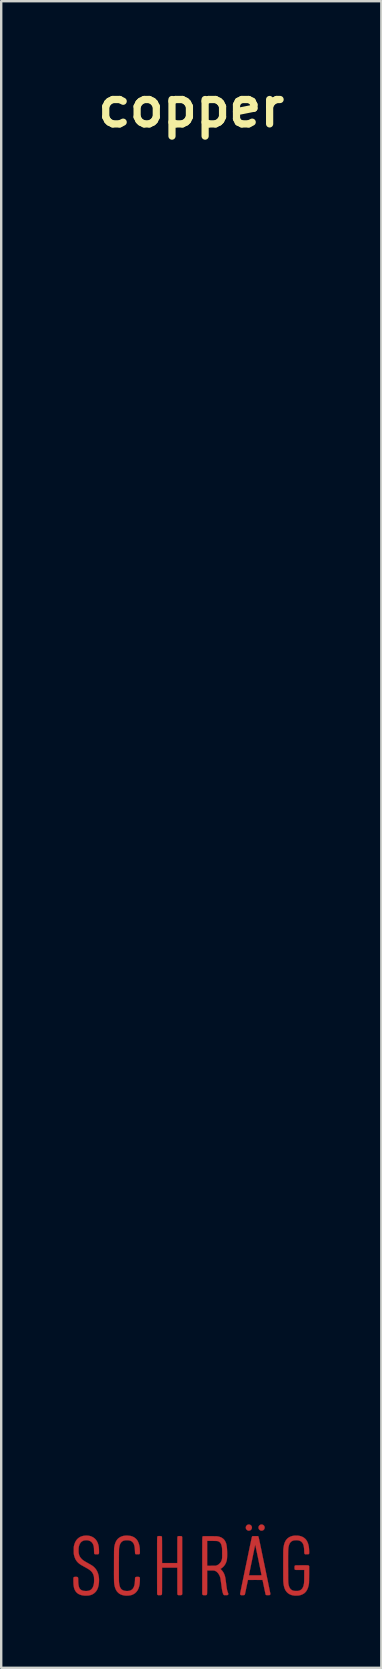
<source format=kicad_pcb>
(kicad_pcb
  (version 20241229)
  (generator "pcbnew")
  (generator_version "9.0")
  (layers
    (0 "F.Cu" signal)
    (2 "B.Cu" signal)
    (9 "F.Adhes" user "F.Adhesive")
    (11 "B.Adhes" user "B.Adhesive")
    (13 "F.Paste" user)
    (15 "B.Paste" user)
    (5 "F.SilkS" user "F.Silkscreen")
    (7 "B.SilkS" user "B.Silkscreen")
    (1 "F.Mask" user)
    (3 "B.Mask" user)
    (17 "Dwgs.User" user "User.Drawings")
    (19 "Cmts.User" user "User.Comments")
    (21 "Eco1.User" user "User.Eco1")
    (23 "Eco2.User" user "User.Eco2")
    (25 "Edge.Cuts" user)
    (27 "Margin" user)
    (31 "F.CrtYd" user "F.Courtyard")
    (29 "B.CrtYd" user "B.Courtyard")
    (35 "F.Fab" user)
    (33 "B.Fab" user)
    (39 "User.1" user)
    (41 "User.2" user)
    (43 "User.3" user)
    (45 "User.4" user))
  (footprint "copper"
    (layer "F.Cu")
    (at 4.907 1.418)
    (property "Reference" "copper" (at 0 0 0) (layer "F.SilkS") (effects (font (size 1.524 1.524) (thickness 0.3))))
    (attr through_hole)
    (fp_poly (pts (xy 2.427 58.991) (xy 2.452 58.998) (xy 2.457 59.001) (xy 2.486 59.02) (xy 2.507 59.044) (xy 2.522 59.072) (xy 2.529 59.104) (xy 2.529 59.116) (xy 2.525 59.149) (xy 2.514 59.178) (xy 2.495 59.204) (xy 2.471 59.224) (xy 2.454 59.233) (xy 2.433 59.24) (xy 2.41 59.243) (xy 2.388 59.244) (xy 2.373 59.242) (xy 2.344 59.23) (xy 2.318 59.212) (xy 2.296 59.188) (xy 2.285 59.17) (xy 2.278 59.148) (xy 2.275 59.122) (xy 2.276 59.095) (xy 2.282 59.071) (xy 2.285 59.063) (xy 2.301 59.038) (xy 2.323 59.016) (xy 2.347 59) (xy 2.349 58.999) (xy 2.372 58.991) (xy 2.4 58.989) (xy 2.427 58.991)) (stroke (width 0.01) (type solid)) (fill yes) (layer "F.Cu"))
    (fp_poly (pts (xy 2.957 58.991) (xy 2.981 58.998) (xy 2.987 59.001) (xy 3.015 59.02) (xy 3.037 59.044) (xy 3.051 59.072) (xy 3.058 59.104) (xy 3.058 59.116) (xy 3.054 59.149) (xy 3.043 59.178) (xy 3.025 59.204) (xy 3 59.224) (xy 2.983 59.233) (xy 2.962 59.24) (xy 2.939 59.243) (xy 2.917 59.244) (xy 2.902 59.242) (xy 2.873 59.23) (xy 2.847 59.212) (xy 2.825 59.188) (xy 2.814 59.17) (xy 2.807 59.148) (xy 2.804 59.122) (xy 2.805 59.095) (xy 2.811 59.071) (xy 2.814 59.063) (xy 2.83 59.038) (xy 2.852 59.016) (xy 2.877 59) (xy 2.878 58.999) (xy 2.902 58.991) (xy 2.929 58.989) (xy 2.957 58.991)) (stroke (width 0.01) (type solid)) (fill yes) (layer "F.Cu"))
    (fp_poly (pts (xy -1.289 59.47) (xy -1.271 59.471) (xy -1.258 59.472) (xy -1.249 59.473) (xy -1.242 59.476) (xy -1.237 59.478) (xy -1.227 59.486) (xy -1.219 59.495) (xy -1.218 59.496) (xy -1.218 59.499) (xy -1.217 59.505) (xy -1.216 59.514) (xy -1.216 59.526) (xy -1.215 59.543) (xy -1.214 59.564) (xy -1.214 59.59) (xy -1.214 59.621) (xy -1.213 59.658) (xy -1.213 59.701) (xy -1.213 59.75) (xy -1.212 59.806) (xy -1.212 59.869) (xy -1.212 59.939) (xy -1.212 60.018) (xy -1.212 60.049) (xy -1.211 60.592) (xy -0.576 60.592) (xy -0.576 60.049) (xy -0.576 59.97) (xy -0.576 59.899) (xy -0.576 59.836) (xy -0.576 59.779) (xy -0.575 59.73) (xy -0.575 59.686) (xy -0.575 59.649) (xy -0.575 59.616) (xy -0.575 59.589) (xy -0.574 59.567) (xy -0.574 59.548) (xy -0.573 59.533) (xy -0.573 59.521) (xy -0.572 59.512) (xy -0.571 59.506) (xy -0.571 59.501) (xy -0.57 59.497) (xy -0.569 59.495) (xy -0.569 59.495) (xy -0.562 59.486) (xy -0.554 59.479) (xy -0.543 59.475) (xy -0.528 59.472) (xy -0.508 59.471) (xy -0.482 59.47) (xy -0.468 59.471) (xy -0.402 59.472) (xy -0.388 59.486) (xy -0.375 59.5) (xy -0.374 60.695) (xy -0.372 61.89) (xy -0.382 61.904) (xy -0.39 61.914) (xy -0.4 61.921) (xy -0.412 61.925) (xy -0.43 61.928) (xy -0.453 61.929) (xy -0.483 61.929) (xy -0.507 61.928) (xy -0.524 61.927) (xy -0.536 61.926) (xy -0.544 61.923) (xy -0.55 61.92) (xy -0.553 61.918) (xy -0.563 61.909) (xy -0.57 61.899) (xy -0.57 61.899) (xy -0.571 61.896) (xy -0.572 61.889) (xy -0.573 61.878) (xy -0.573 61.863) (xy -0.574 61.843) (xy -0.574 61.819) (xy -0.574 61.788) (xy -0.575 61.752) (xy -0.575 61.71) (xy -0.575 61.662) (xy -0.575 61.607) (xy -0.576 61.544) (xy -0.576 61.474) (xy -0.576 61.397) (xy -0.576 61.338) (xy -0.576 60.786) (xy -1.211 60.786) (xy -1.212 61.339) (xy -1.212 61.418) (xy -1.212 61.49) (xy -1.212 61.554) (xy -1.212 61.61) (xy -1.213 61.661) (xy -1.213 61.704) (xy -1.213 61.742) (xy -1.213 61.775) (xy -1.214 61.802) (xy -1.214 61.826) (xy -1.214 61.845) (xy -1.215 61.86) (xy -1.215 61.872) (xy -1.216 61.881) (xy -1.217 61.888) (xy -1.218 61.893) (xy -1.218 61.897) (xy -1.22 61.899) (xy -1.221 61.901) (xy -1.222 61.903) (xy -1.23 61.913) (xy -1.241 61.92) (xy -1.253 61.925) (xy -1.271 61.928) (xy -1.294 61.929) (xy -1.314 61.929) (xy -1.336 61.928) (xy -1.355 61.928) (xy -1.37 61.927) (xy -1.379 61.927) (xy -1.379 61.926) (xy -1.391 61.921) (xy -1.403 61.91) (xy -1.412 61.896) (xy -1.415 61.887) (xy -1.416 61.882) (xy -1.416 61.868) (xy -1.416 61.847) (xy -1.416 61.818) (xy -1.417 61.782) (xy -1.417 61.74) (xy -1.417 61.691) (xy -1.417 61.636) (xy -1.417 61.575) (xy -1.417 61.509) (xy -1.418 61.438) (xy -1.418 61.363) (xy -1.418 61.283) (xy -1.418 61.199) (xy -1.418 61.111) (xy -1.418 61.02) (xy -1.418 60.926) (xy -1.418 60.83) (xy -1.418 60.731) (xy -1.418 60.695) (xy -1.418 60.575) (xy -1.418 60.464) (xy -1.418 60.36) (xy -1.418 60.264) (xy -1.418 60.176) (xy -1.418 60.094) (xy -1.418 60.019) (xy -1.418 59.951) (xy -1.418 59.888) (xy -1.418 59.832) (xy -1.418 59.781) (xy -1.417 59.735) (xy -1.417 59.695) (xy -1.417 59.659) (xy -1.416 59.627) (xy -1.416 59.599) (xy -1.415 59.576) (xy -1.414 59.555) (xy -1.413 59.538) (xy -1.412 59.524) (xy -1.411 59.513) (xy -1.41 59.504) (xy -1.409 59.497) (xy -1.407 59.491) (xy -1.406 59.488) (xy -1.404 59.485) (xy -1.402 59.483) (xy -1.4 59.482) (xy -1.398 59.481) (xy -1.396 59.48) (xy -1.393 59.479) (xy -1.392 59.478) (xy -1.386 59.475) (xy -1.378 59.473) (xy -1.368 59.471) (xy -1.355 59.47) (xy -1.335 59.47) (xy -1.314 59.47) (xy -1.289 59.47)) (stroke (width 0.01) (type solid)) (fill yes) (layer "F.Cu"))
    (fp_poly (pts (xy -2.644 59.45) (xy -2.58 59.455) (xy -2.522 59.464) (xy -2.469 59.479) (xy -2.419 59.499) (xy -2.372 59.525) (xy -2.351 59.539) (xy -2.326 59.558) (xy -2.3 59.581) (xy -2.275 59.608) (xy -2.253 59.634) (xy -2.242 59.649) (xy -2.22 59.688) (xy -2.199 59.733) (xy -2.18 59.782) (xy -2.165 59.834) (xy -2.155 59.876) (xy -2.15 59.905) (xy -2.146 59.932) (xy -2.142 59.959) (xy -2.14 59.987) (xy -2.138 60.019) (xy -2.136 60.056) (xy -2.135 60.09) (xy -2.134 60.128) (xy -2.134 60.158) (xy -2.135 60.181) (xy -2.139 60.199) (xy -2.145 60.211) (xy -2.154 60.219) (xy -2.168 60.224) (xy -2.186 60.227) (xy -2.209 60.228) (xy -2.235 60.228) (xy -2.264 60.227) (xy -2.287 60.226) (xy -2.303 60.224) (xy -2.314 60.22) (xy -2.322 60.214) (xy -2.328 60.206) (xy -2.33 60.203) (xy -2.332 60.194) (xy -2.334 60.179) (xy -2.336 60.155) (xy -2.338 60.124) (xy -2.338 60.11) (xy -2.342 60.04) (xy -2.347 59.978) (xy -2.354 59.922) (xy -2.364 59.874) (xy -2.376 59.831) (xy -2.391 59.794) (xy -2.408 59.762) (xy -2.429 59.734) (xy -2.453 59.71) (xy -2.48 59.689) (xy -2.484 59.686) (xy -2.514 59.67) (xy -2.546 59.658) (xy -2.582 59.65) (xy -2.622 59.645) (xy -2.67 59.643) (xy -2.675 59.643) (xy -2.725 59.645) (xy -2.768 59.65) (xy -2.806 59.66) (xy -2.839 59.673) (xy -2.868 59.691) (xy -2.869 59.692) (xy -2.899 59.717) (xy -2.924 59.746) (xy -2.946 59.781) (xy -2.964 59.82) (xy -2.979 59.866) (xy -2.991 59.919) (xy -3 59.979) (xy -3.002 59.993) (xy -3.003 60.003) (xy -3.003 60.021) (xy -3.004 60.047) (xy -3.005 60.079) (xy -3.005 60.117) (xy -3.006 60.161) (xy -3.006 60.21) (xy -3.007 60.263) (xy -3.007 60.32) (xy -3.008 60.381) (xy -3.008 60.444) (xy -3.008 60.509) (xy -3.009 60.575) (xy -3.009 60.643) (xy -3.009 60.71) (xy -3.009 60.778) (xy -3.009 60.844) (xy -3.009 60.909) (xy -3.009 60.973) (xy -3.009 61.033) (xy -3.009 61.09) (xy -3.009 61.144) (xy -3.009 61.193) (xy -3.008 61.237) (xy -3.008 61.276) (xy -3.007 61.309) (xy -3.007 61.335) (xy -3.006 61.353) (xy -3.006 61.361) (xy -3 61.428) (xy -2.991 61.486) (xy -2.98 61.538) (xy -2.965 61.583) (xy -2.947 61.622) (xy -2.925 61.656) (xy -2.9 61.684) (xy -2.87 61.707) (xy -2.841 61.724) (xy -2.808 61.737) (xy -2.769 61.747) (xy -2.725 61.753) (xy -2.68 61.756) (xy -2.635 61.755) (xy -2.592 61.75) (xy -2.552 61.741) (xy -2.527 61.733) (xy -2.499 61.719) (xy -2.472 61.701) (xy -2.447 61.68) (xy -2.429 61.661) (xy -2.415 61.641) (xy -2.401 61.615) (xy -2.387 61.586) (xy -2.375 61.557) (xy -2.367 61.532) (xy -2.36 61.503) (xy -2.354 61.467) (xy -2.348 61.427) (xy -2.344 61.384) (xy -2.34 61.339) (xy -2.338 61.294) (xy -2.337 61.251) (xy -2.337 61.248) (xy -2.336 61.222) (xy -2.333 61.203) (xy -2.326 61.188) (xy -2.315 61.179) (xy -2.299 61.172) (xy -2.276 61.169) (xy -2.247 61.168) (xy -2.235 61.167) (xy -2.204 61.168) (xy -2.18 61.17) (xy -2.162 61.175) (xy -2.149 61.182) (xy -2.141 61.193) (xy -2.137 61.209) (xy -2.135 61.23) (xy -2.134 61.24) (xy -2.134 61.268) (xy -2.135 61.303) (xy -2.136 61.341) (xy -2.139 61.381) (xy -2.142 61.42) (xy -2.146 61.456) (xy -2.149 61.486) (xy -2.15 61.491) (xy -2.166 61.565) (xy -2.186 61.632) (xy -2.213 61.693) (xy -2.244 61.747) (xy -2.282 61.795) (xy -2.324 61.837) (xy -2.372 61.872) (xy -2.426 61.901) (xy -2.433 61.904) (xy -2.464 61.917) (xy -2.492 61.926) (xy -2.521 61.933) (xy -2.554 61.94) (xy -2.555 61.94) (xy -2.574 61.942) (xy -2.598 61.945) (xy -2.626 61.947) (xy -2.656 61.948) (xy -2.684 61.949) (xy -2.709 61.949) (xy -2.728 61.948) (xy -2.733 61.948) (xy -2.795 61.94) (xy -2.85 61.928) (xy -2.9 61.912) (xy -2.945 61.893) (xy -2.988 61.868) (xy -2.993 61.865) (xy -3.01 61.851) (xy -3.03 61.834) (xy -3.052 61.813) (xy -3.072 61.792) (xy -3.089 61.773) (xy -3.097 61.762) (xy -3.122 61.721) (xy -3.146 61.672) (xy -3.166 61.618) (xy -3.183 61.56) (xy -3.195 61.499) (xy -3.198 61.483) (xy -3.2 61.468) (xy -3.202 61.454) (xy -3.204 61.44) (xy -3.205 61.425) (xy -3.206 61.409) (xy -3.208 61.391) (xy -3.209 61.37) (xy -3.209 61.348) (xy -3.21 61.322) (xy -3.211 61.293) (xy -3.211 61.26) (xy -3.212 61.223) (xy -3.212 61.181) (xy -3.212 61.134) (xy -3.213 61.082) (xy -3.213 61.023) (xy -3.213 60.958) (xy -3.212 60.886) (xy -3.212 60.807) (xy -3.212 60.72) (xy -3.212 60.659) (xy -3.212 60.571) (xy -3.212 60.491) (xy -3.211 60.418) (xy -3.211 60.353) (xy -3.211 60.295) (xy -3.211 60.242) (xy -3.21 60.196) (xy -3.21 60.155) (xy -3.21 60.12) (xy -3.209 60.089) (xy -3.209 60.062) (xy -3.208 60.039) (xy -3.208 60.02) (xy -3.207 60.004) (xy -3.207 59.99) (xy -3.206 59.979) (xy -3.205 59.969) (xy -3.204 59.96) (xy -3.203 59.954) (xy -3.193 59.889) (xy -3.18 59.831) (xy -3.165 59.779) (xy -3.146 59.73) (xy -3.133 59.701) (xy -3.104 59.649) (xy -3.07 59.604) (xy -3.03 59.564) (xy -2.984 59.53) (xy -2.932 59.501) (xy -2.928 59.499) (xy -2.88 59.479) (xy -2.83 59.465) (xy -2.777 59.455) (xy -2.718 59.45) (xy -2.654 59.45) (xy -2.644 59.45)) (stroke (width 0.01) (type solid)) (fill yes) (layer "F.Cu"))
    (fp_poly (pts (xy 2.794 59.485) (xy 2.795 59.486) (xy 2.797 59.488) (xy 2.798 59.49) (xy 2.799 59.493) (xy 2.801 59.497) (xy 2.803 59.502) (xy 2.805 59.509) (xy 2.807 59.518) (xy 2.81 59.529) (xy 2.814 59.543) (xy 2.817 59.56) (xy 2.822 59.579) (xy 2.827 59.602) (xy 2.833 59.629) (xy 2.839 59.66) (xy 2.847 59.695) (xy 2.855 59.734) (xy 2.865 59.778) (xy 2.875 59.828) (xy 2.886 59.882) (xy 2.899 59.943) (xy 2.913 60.009) (xy 2.928 60.082) (xy 2.944 60.161) (xy 2.962 60.247) (xy 2.981 60.34) (xy 3.002 60.44) (xy 3.025 60.548) (xy 3.049 60.664) (xy 3.052 60.682) (xy 3.073 60.781) (xy 3.093 60.877) (xy 3.112 60.971) (xy 3.131 61.063) (xy 3.149 61.151) (xy 3.167 61.236) (xy 3.184 61.317) (xy 3.199 61.394) (xy 3.214 61.467) (xy 3.228 61.535) (xy 3.241 61.598) (xy 3.253 61.656) (xy 3.263 61.707) (xy 3.273 61.753) (xy 3.281 61.792) (xy 3.287 61.825) (xy 3.292 61.85) (xy 3.296 61.868) (xy 3.297 61.878) (xy 3.298 61.88) (xy 3.294 61.897) (xy 3.283 61.911) (xy 3.268 61.922) (xy 3.26 61.926) (xy 3.249 61.927) (xy 3.23 61.929) (xy 3.206 61.929) (xy 3.185 61.929) (xy 3.158 61.928) (xy 3.137 61.926) (xy 3.123 61.923) (xy 3.112 61.918) (xy 3.105 61.912) (xy 3.1 61.902) (xy 3.099 61.901) (xy 3.098 61.896) (xy 3.095 61.883) (xy 3.09 61.863) (xy 3.085 61.838) (xy 3.078 61.808) (xy 3.071 61.773) (xy 3.063 61.735) (xy 3.054 61.695) (xy 3.045 61.652) (xy 3.036 61.609) (xy 3.027 61.565) (xy 3.018 61.522) (xy 3.009 61.481) (xy 3.001 61.441) (xy 2.993 61.405) (xy 2.987 61.372) (xy 2.981 61.345) (xy 2.977 61.322) (xy 2.974 61.306) (xy 2.972 61.298) (xy 2.972 61.296) (xy 2.968 61.296) (xy 2.956 61.296) (xy 2.937 61.295) (xy 2.911 61.295) (xy 2.88 61.295) (xy 2.843 61.295) (xy 2.803 61.295) (xy 2.758 61.295) (xy 2.71 61.294) (xy 2.667 61.294) (xy 2.617 61.294) (xy 2.57 61.295) (xy 2.525 61.295) (xy 2.485 61.295) (xy 2.449 61.295) (xy 2.419 61.295) (xy 2.394 61.295) (xy 2.376 61.295) (xy 2.365 61.296) (xy 2.362 61.296) (xy 2.361 61.301) (xy 2.359 61.314) (xy 2.355 61.334) (xy 2.35 61.359) (xy 2.344 61.389) (xy 2.336 61.424) (xy 2.329 61.462) (xy 2.32 61.503) (xy 2.311 61.545) (xy 2.302 61.589) (xy 2.293 61.632) (xy 2.284 61.675) (xy 2.275 61.717) (xy 2.267 61.756) (xy 2.259 61.792) (xy 2.252 61.825) (xy 2.246 61.853) (xy 2.241 61.875) (xy 2.237 61.891) (xy 2.235 61.899) (xy 2.235 61.901) (xy 2.23 61.91) (xy 2.223 61.917) (xy 2.214 61.922) (xy 2.201 61.925) (xy 2.183 61.927) (xy 2.158 61.928) (xy 2.144 61.928) (xy 2.116 61.929) (xy 2.095 61.928) (xy 2.08 61.927) (xy 2.071 61.925) (xy 2.068 61.924) (xy 2.051 61.912) (xy 2.04 61.897) (xy 2.036 61.879) (xy 2.037 61.874) (xy 2.04 61.86) (xy 2.044 61.839) (xy 2.049 61.811) (xy 2.056 61.776) (xy 2.065 61.734) (xy 2.075 61.686) (xy 2.086 61.632) (xy 2.098 61.572) (xy 2.111 61.507) (xy 2.125 61.438) (xy 2.141 61.363) (xy 2.157 61.284) (xy 2.174 61.202) (xy 2.192 61.115) (xy 2.196 61.097) (xy 2.405 61.097) (xy 2.405 61.099) (xy 2.407 61.1) (xy 2.412 61.101) (xy 2.419 61.102) (xy 2.43 61.102) (xy 2.444 61.103) (xy 2.464 61.103) (xy 2.488 61.103) (xy 2.519 61.104) (xy 2.556 61.104) (xy 2.6 61.104) (xy 2.652 61.104) (xy 2.667 61.104) (xy 2.723 61.104) (xy 2.771 61.104) (xy 2.811 61.104) (xy 2.844 61.103) (xy 2.872 61.103) (xy 2.893 61.102) (xy 2.909 61.102) (xy 2.92 61.101) (xy 2.926 61.1) (xy 2.929 61.099) (xy 2.93 61.099) (xy 2.929 61.093) (xy 2.926 61.08) (xy 2.923 61.059) (xy 2.917 61.033) (xy 2.911 61) (xy 2.903 60.962) (xy 2.894 60.918) (xy 2.885 60.871) (xy 2.874 60.82) (xy 2.863 60.765) (xy 2.851 60.708) (xy 2.839 60.649) (xy 2.826 60.588) (xy 2.814 60.526) (xy 2.801 60.463) (xy 2.788 60.4) (xy 2.775 60.338) (xy 2.762 60.277) (xy 2.75 60.218) (xy 2.738 60.161) (xy 2.726 60.106) (xy 2.715 60.055) (xy 2.705 60.008) (xy 2.696 59.965) (xy 2.688 59.927) (xy 2.681 59.894) (xy 2.675 59.867) (xy 2.671 59.847) (xy 2.668 59.834) (xy 2.666 59.829) (xy 2.666 59.829) (xy 2.665 59.834) (xy 2.662 59.846) (xy 2.658 59.866) (xy 2.652 59.893) (xy 2.645 59.925) (xy 2.637 59.963) (xy 2.628 60.007) (xy 2.618 60.054) (xy 2.608 60.105) (xy 2.596 60.16) (xy 2.584 60.218) (xy 2.572 60.277) (xy 2.559 60.339) (xy 2.547 60.401) (xy 2.534 60.464) (xy 2.521 60.527) (xy 2.508 60.589) (xy 2.495 60.65) (xy 2.483 60.71) (xy 2.471 60.767) (xy 2.46 60.822) (xy 2.45 60.873) (xy 2.44 60.921) (xy 2.431 60.964) (xy 2.423 61.002) (xy 2.417 61.034) (xy 2.412 61.06) (xy 2.408 61.08) (xy 2.405 61.092) (xy 2.405 61.097) (xy 2.196 61.097) (xy 2.21 61.026) (xy 2.229 60.933) (xy 2.249 60.838) (xy 2.269 60.74) (xy 2.282 60.681) (xy 2.306 60.564) (xy 2.329 60.455) (xy 2.35 60.353) (xy 2.369 60.259) (xy 2.387 60.172) (xy 2.404 60.092) (xy 2.419 60.019) (xy 2.433 59.951) (xy 2.446 59.89) (xy 2.457 59.835) (xy 2.468 59.785) (xy 2.477 59.74) (xy 2.486 59.7) (xy 2.493 59.664) (xy 2.5 59.633) (xy 2.506 59.606) (xy 2.511 59.582) (xy 2.516 59.562) (xy 2.52 59.545) (xy 2.523 59.531) (xy 2.526 59.52) (xy 2.529 59.51) (xy 2.531 59.503) (xy 2.533 59.498) (xy 2.534 59.493) (xy 2.536 59.49) (xy 2.537 59.488) (xy 2.538 59.487) (xy 2.54 59.485) (xy 2.54 59.485) (xy 2.553 59.472) (xy 2.781 59.472) (xy 2.794 59.485)) (stroke (width 0.01) (type solid)) (fill yes) (layer "F.Cu"))
    (fp_poly (pts (xy 0.64 59.474) (xy 0.682 59.475) (xy 0.73 59.475) (xy 0.787 59.475) (xy 0.787 59.475) (xy 0.846 59.475) (xy 0.897 59.476) (xy 0.941 59.476) (xy 0.978 59.477) (xy 1.01 59.477) (xy 1.038 59.478) (xy 1.061 59.479) (xy 1.081 59.481) (xy 1.098 59.482) (xy 1.113 59.485) (xy 1.128 59.487) (xy 1.141 59.49) (xy 1.156 59.494) (xy 1.171 59.498) (xy 1.184 59.502) (xy 1.239 59.522) (xy 1.289 59.549) (xy 1.334 59.582) (xy 1.373 59.621) (xy 1.406 59.667) (xy 1.433 59.719) (xy 1.44 59.734) (xy 1.456 59.78) (xy 1.469 59.832) (xy 1.479 59.889) (xy 1.487 59.953) (xy 1.493 60.023) (xy 1.494 60.054) (xy 1.497 60.123) (xy 1.498 60.188) (xy 1.498 60.249) (xy 1.497 60.306) (xy 1.495 60.357) (xy 1.492 60.402) (xy 1.488 60.44) (xy 1.484 60.468) (xy 1.466 60.535) (xy 1.441 60.598) (xy 1.409 60.657) (xy 1.371 60.71) (xy 1.337 60.747) (xy 1.322 60.762) (xy 1.303 60.778) (xy 1.283 60.794) (xy 1.264 60.808) (xy 1.246 60.821) (xy 1.231 60.83) (xy 1.223 60.834) (xy 1.224 60.837) (xy 1.23 60.846) (xy 1.241 60.859) (xy 1.258 60.876) (xy 1.302 60.925) (xy 1.339 60.978) (xy 1.37 61.037) (xy 1.395 61.1) (xy 1.413 61.167) (xy 1.416 61.18) (xy 1.419 61.192) (xy 1.421 61.205) (xy 1.424 61.218) (xy 1.426 61.234) (xy 1.429 61.252) (xy 1.432 61.273) (xy 1.436 61.299) (xy 1.44 61.33) (xy 1.445 61.367) (xy 1.45 61.411) (xy 1.456 61.456) (xy 1.463 61.512) (xy 1.47 61.56) (xy 1.476 61.602) (xy 1.481 61.637) (xy 1.486 61.668) (xy 1.491 61.695) (xy 1.496 61.719) (xy 1.501 61.74) (xy 1.507 61.76) (xy 1.513 61.78) (xy 1.521 61.8) (xy 1.529 61.822) (xy 1.533 61.832) (xy 1.541 61.855) (xy 1.546 61.873) (xy 1.546 61.887) (xy 1.543 61.899) (xy 1.535 61.909) (xy 1.532 61.912) (xy 1.525 61.919) (xy 1.516 61.923) (xy 1.506 61.926) (xy 1.491 61.928) (xy 1.471 61.929) (xy 1.444 61.929) (xy 1.441 61.929) (xy 1.411 61.929) (xy 1.388 61.928) (xy 1.37 61.924) (xy 1.356 61.918) (xy 1.346 61.907) (xy 1.337 61.891) (xy 1.329 61.869) (xy 1.32 61.843) (xy 1.313 61.823) (xy 1.307 61.803) (xy 1.302 61.782) (xy 1.297 61.76) (xy 1.292 61.736) (xy 1.287 61.709) (xy 1.282 61.678) (xy 1.276 61.642) (xy 1.27 61.601) (xy 1.264 61.554) (xy 1.257 61.499) (xy 1.251 61.457) (xy 1.245 61.412) (xy 1.239 61.368) (xy 1.233 61.328) (xy 1.228 61.292) (xy 1.223 61.26) (xy 1.219 61.234) (xy 1.216 61.215) (xy 1.213 61.205) (xy 1.197 61.153) (xy 1.175 61.103) (xy 1.149 61.057) (xy 1.119 61.015) (xy 1.087 60.978) (xy 1.051 60.949) (xy 1.014 60.926) (xy 1.014 60.926) (xy 1 60.919) (xy 0.987 60.914) (xy 0.974 60.91) (xy 0.96 60.907) (xy 0.944 60.904) (xy 0.924 60.903) (xy 0.9 60.902) (xy 0.87 60.901) (xy 0.834 60.901) (xy 0.801 60.901) (xy 0.665 60.901) (xy 0.665 61.392) (xy 0.665 61.468) (xy 0.665 61.537) (xy 0.665 61.598) (xy 0.665 61.652) (xy 0.664 61.699) (xy 0.664 61.74) (xy 0.664 61.775) (xy 0.663 61.805) (xy 0.663 61.83) (xy 0.662 61.851) (xy 0.661 61.868) (xy 0.66 61.882) (xy 0.658 61.892) (xy 0.657 61.9) (xy 0.655 61.906) (xy 0.653 61.91) (xy 0.65 61.913) (xy 0.647 61.915) (xy 0.644 61.918) (xy 0.641 61.92) (xy 0.635 61.923) (xy 0.626 61.925) (xy 0.614 61.927) (xy 0.597 61.928) (xy 0.573 61.928) (xy 0.57 61.928) (xy 0.538 61.928) (xy 0.515 61.927) (xy 0.499 61.925) (xy 0.495 61.924) (xy 0.483 61.917) (xy 0.472 61.906) (xy 0.471 61.904) (xy 0.461 61.89) (xy 0.461 60.707) (xy 0.665 60.707) (xy 0.843 60.705) (xy 1.022 60.704) (xy 1.056 60.692) (xy 1.091 60.678) (xy 1.122 60.662) (xy 1.152 60.64) (xy 1.182 60.612) (xy 1.183 60.611) (xy 1.213 60.578) (xy 1.237 60.545) (xy 1.255 60.509) (xy 1.27 60.471) (xy 1.275 60.455) (xy 1.279 60.44) (xy 1.282 60.425) (xy 1.285 60.409) (xy 1.287 60.392) (xy 1.289 60.372) (xy 1.29 60.348) (xy 1.29 60.32) (xy 1.291 60.287) (xy 1.291 60.248) (xy 1.29 60.202) (xy 1.29 60.17) (xy 1.29 60.124) (xy 1.289 60.085) (xy 1.289 60.052) (xy 1.288 60.026) (xy 1.287 60.004) (xy 1.287 59.986) (xy 1.285 59.97) (xy 1.284 59.957) (xy 1.282 59.945) (xy 1.28 59.933) (xy 1.279 59.925) (xy 1.267 59.872) (xy 1.254 59.827) (xy 1.238 59.789) (xy 1.218 59.757) (xy 1.196 59.731) (xy 1.17 59.71) (xy 1.145 59.696) (xy 1.134 59.691) (xy 1.123 59.687) (xy 1.113 59.683) (xy 1.102 59.68) (xy 1.089 59.677) (xy 1.074 59.675) (xy 1.056 59.674) (xy 1.034 59.673) (xy 1.007 59.672) (xy 0.975 59.671) (xy 0.936 59.671) (xy 0.89 59.67) (xy 0.869 59.67) (xy 0.665 59.668) (xy 0.665 60.707) (xy 0.461 60.707) (xy 0.461 60.703) (xy 0.461 60.583) (xy 0.461 60.471) (xy 0.461 60.367) (xy 0.461 60.271) (xy 0.461 60.182) (xy 0.461 60.1) (xy 0.461 60.024) (xy 0.462 59.955) (xy 0.462 59.893) (xy 0.462 59.836) (xy 0.462 59.785) (xy 0.462 59.739) (xy 0.463 59.698) (xy 0.463 59.661) (xy 0.463 59.629) (xy 0.464 59.601) (xy 0.465 59.578) (xy 0.465 59.557) (xy 0.466 59.54) (xy 0.467 59.526) (xy 0.468 59.514) (xy 0.469 59.505) (xy 0.471 59.498) (xy 0.472 59.493) (xy 0.474 59.489) (xy 0.475 59.486) (xy 0.477 59.485) (xy 0.479 59.484) (xy 0.481 59.483) (xy 0.484 59.482) (xy 0.486 59.482) (xy 0.488 59.481) (xy 0.491 59.479) (xy 0.495 59.478) (xy 0.501 59.477) (xy 0.509 59.476) (xy 0.52 59.476) (xy 0.535 59.475) (xy 0.554 59.475) (xy 0.577 59.474) (xy 0.606 59.474) (xy 0.64 59.474)) (stroke (width 0.01) (type solid)) (fill yes) (layer "F.Cu"))
    (fp_poly (pts (xy 4.395 59.449) (xy 4.432 59.451) (xy 4.458 59.453) (xy 4.525 59.465) (xy 4.587 59.483) (xy 4.644 59.508) (xy 4.695 59.539) (xy 4.741 59.576) (xy 4.781 59.619) (xy 4.815 59.669) (xy 4.843 59.724) (xy 4.846 59.731) (xy 4.866 59.784) (xy 4.882 59.84) (xy 4.895 59.898) (xy 4.903 59.96) (xy 4.908 60.028) (xy 4.911 60.102) (xy 4.911 60.117) (xy 4.911 60.199) (xy 4.896 60.213) (xy 4.882 60.228) (xy 4.812 60.228) (xy 4.786 60.228) (xy 4.767 60.227) (xy 4.754 60.227) (xy 4.745 60.225) (xy 4.738 60.223) (xy 4.733 60.22) (xy 4.731 60.218) (xy 4.722 60.21) (xy 4.715 60.199) (xy 4.711 60.185) (xy 4.709 60.167) (xy 4.708 60.142) (xy 4.707 60.129) (xy 4.706 60.076) (xy 4.703 60.023) (xy 4.699 59.973) (xy 4.692 59.926) (xy 4.685 59.884) (xy 4.676 59.848) (xy 4.673 59.84) (xy 4.66 59.805) (xy 4.646 59.776) (xy 4.63 59.751) (xy 4.609 59.728) (xy 4.604 59.722) (xy 4.576 59.697) (xy 4.547 59.678) (xy 4.516 59.663) (xy 4.48 59.653) (xy 4.44 59.646) (xy 4.393 59.643) (xy 4.369 59.643) (xy 4.327 59.644) (xy 4.291 59.648) (xy 4.259 59.654) (xy 4.229 59.664) (xy 4.208 59.674) (xy 4.172 59.695) (xy 4.141 59.723) (xy 4.114 59.757) (xy 4.092 59.797) (xy 4.073 59.845) (xy 4.064 59.877) (xy 4.06 59.893) (xy 4.057 59.908) (xy 4.054 59.924) (xy 4.051 59.941) (xy 4.048 59.959) (xy 4.046 59.979) (xy 4.044 60.001) (xy 4.042 60.025) (xy 4.04 60.053) (xy 4.039 60.083) (xy 4.038 60.117) (xy 4.037 60.156) (xy 4.036 60.199) (xy 4.036 60.247) (xy 4.035 60.3) (xy 4.035 60.359) (xy 4.035 60.425) (xy 4.035 60.497) (xy 4.035 60.577) (xy 4.035 60.664) (xy 4.035 60.758) (xy 4.036 60.78) (xy 4.036 60.866) (xy 4.036 60.944) (xy 4.036 61.015) (xy 4.037 61.079) (xy 4.037 61.135) (xy 4.037 61.186) (xy 4.038 61.231) (xy 4.038 61.271) (xy 4.039 61.306) (xy 4.04 61.336) (xy 4.041 61.363) (xy 4.042 61.386) (xy 4.043 61.406) (xy 4.044 61.424) (xy 4.046 61.44) (xy 4.048 61.454) (xy 4.05 61.467) (xy 4.052 61.479) (xy 4.055 61.491) (xy 4.057 61.503) (xy 4.061 61.516) (xy 4.062 61.522) (xy 4.075 61.567) (xy 4.091 61.606) (xy 4.109 61.638) (xy 4.131 61.667) (xy 4.149 61.685) (xy 4.175 61.707) (xy 4.204 61.724) (xy 4.235 61.737) (xy 4.271 61.746) (xy 4.312 61.752) (xy 4.359 61.754) (xy 4.371 61.754) (xy 4.403 61.753) (xy 4.428 61.753) (xy 4.449 61.751) (xy 4.466 61.748) (xy 4.476 61.746) (xy 4.519 61.732) (xy 4.558 61.713) (xy 4.591 61.687) (xy 4.621 61.654) (xy 4.645 61.615) (xy 4.666 61.569) (xy 4.682 61.516) (xy 4.694 61.456) (xy 4.697 61.436) (xy 4.699 61.424) (xy 4.7 61.409) (xy 4.701 61.392) (xy 4.702 61.372) (xy 4.703 61.348) (xy 4.704 61.319) (xy 4.705 61.285) (xy 4.705 61.245) (xy 4.706 61.198) (xy 4.706 61.143) (xy 4.706 61.133) (xy 4.708 60.88) (xy 4.525 60.88) (xy 4.479 60.879) (xy 4.441 60.879) (xy 4.41 60.879) (xy 4.385 60.879) (xy 4.365 60.878) (xy 4.35 60.877) (xy 4.338 60.875) (xy 4.33 60.873) (xy 4.324 60.87) (xy 4.319 60.866) (xy 4.315 60.862) (xy 4.312 60.857) (xy 4.309 60.852) (xy 4.306 60.845) (xy 4.305 60.836) (xy 4.304 60.824) (xy 4.303 60.805) (xy 4.303 60.785) (xy 4.303 60.757) (xy 4.305 60.736) (xy 4.307 60.72) (xy 4.311 60.71) (xy 4.317 60.702) (xy 4.326 60.696) (xy 4.328 60.694) (xy 4.332 60.693) (xy 4.337 60.691) (xy 4.343 60.69) (xy 4.353 60.689) (xy 4.365 60.688) (xy 4.382 60.688) (xy 4.403 60.687) (xy 4.43 60.687) (xy 4.463 60.687) (xy 4.502 60.686) (xy 4.548 60.686) (xy 4.593 60.686) (xy 4.639 60.685) (xy 4.683 60.685) (xy 4.724 60.685) (xy 4.761 60.685) (xy 4.794 60.686) (xy 4.822 60.686) (xy 4.843 60.686) (xy 4.858 60.687) (xy 4.864 60.687) (xy 4.882 60.693) (xy 4.897 60.704) (xy 4.911 60.719) (xy 4.91 61.065) (xy 4.909 61.129) (xy 4.909 61.185) (xy 4.908 61.234) (xy 4.908 61.277) (xy 4.908 61.313) (xy 4.907 61.344) (xy 4.906 61.37) (xy 4.906 61.392) (xy 4.905 61.411) (xy 4.904 61.426) (xy 4.903 61.439) (xy 4.902 61.45) (xy 4.901 61.46) (xy 4.886 61.536) (xy 4.867 61.606) (xy 4.843 61.669) (xy 4.814 61.726) (xy 4.781 61.776) (xy 4.742 61.82) (xy 4.699 61.856) (xy 4.691 61.862) (xy 4.644 61.889) (xy 4.592 61.912) (xy 4.537 61.93) (xy 4.491 61.94) (xy 4.463 61.944) (xy 4.429 61.946) (xy 4.392 61.948) (xy 4.356 61.949) (xy 4.323 61.948) (xy 4.297 61.946) (xy 4.23 61.937) (xy 4.169 61.921) (xy 4.114 61.899) (xy 4.064 61.871) (xy 4.018 61.837) (xy 3.986 61.806) (xy 3.952 61.765) (xy 3.922 61.719) (xy 3.897 61.667) (xy 3.877 61.61) (xy 3.86 61.546) (xy 3.847 61.476) (xy 3.839 61.398) (xy 3.835 61.352) (xy 3.835 61.337) (xy 3.834 61.315) (xy 3.834 61.285) (xy 3.833 61.249) (xy 3.833 61.207) (xy 3.833 61.159) (xy 3.832 61.107) (xy 3.832 61.051) (xy 3.832 60.992) (xy 3.832 60.929) (xy 3.832 60.865) (xy 3.831 60.799) (xy 3.831 60.732) (xy 3.831 60.665) (xy 3.831 60.598) (xy 3.832 60.532) (xy 3.832 60.467) (xy 3.832 60.405) (xy 3.832 60.346) (xy 3.832 60.29) (xy 3.833 60.238) (xy 3.833 60.192) (xy 3.833 60.15) (xy 3.834 60.114) (xy 3.834 60.085) (xy 3.835 60.063) (xy 3.835 60.05) (xy 3.842 59.968) (xy 3.853 59.894) (xy 3.867 59.826) (xy 3.885 59.765) (xy 3.907 59.711) (xy 3.933 59.661) (xy 3.96 59.623) (xy 3.998 59.58) (xy 4.042 59.543) (xy 4.092 59.511) (xy 4.146 59.486) (xy 4.205 59.467) (xy 4.267 59.455) (xy 4.281 59.453) (xy 4.316 59.45) (xy 4.355 59.449) (xy 4.395 59.449)) (stroke (width 0.01) (type solid)) (fill yes) (layer "F.Cu"))
    (fp_poly (pts (xy -4.335 59.45) (xy -4.288 59.453) (xy -4.247 59.459) (xy -4.21 59.467) (xy -4.175 59.478) (xy -4.138 59.493) (xy -4.11 59.507) (xy -4.056 59.539) (xy -4.009 59.577) (xy -3.967 59.621) (xy -3.931 59.672) (xy -3.901 59.729) (xy -3.876 59.792) (xy -3.857 59.861) (xy -3.846 59.924) (xy -3.843 59.944) (xy -3.841 59.972) (xy -3.839 60.004) (xy -3.838 60.039) (xy -3.837 60.076) (xy -3.837 60.076) (xy -3.836 60.111) (xy -3.836 60.14) (xy -3.836 60.161) (xy -3.837 60.178) (xy -3.839 60.19) (xy -3.842 60.199) (xy -3.847 60.206) (xy -3.852 60.213) (xy -3.857 60.217) (xy -3.862 60.221) (xy -3.868 60.224) (xy -3.874 60.226) (xy -3.884 60.227) (xy -3.899 60.227) (xy -3.919 60.228) (xy -3.936 60.228) (xy -3.965 60.227) (xy -3.986 60.227) (xy -4.001 60.225) (xy -4.012 60.222) (xy -4.021 60.217) (xy -4.027 60.211) (xy -4.031 60.206) (xy -4.034 60.202) (xy -4.035 60.197) (xy -4.037 60.19) (xy -4.038 60.18) (xy -4.039 60.166) (xy -4.04 60.147) (xy -4.041 60.122) (xy -4.042 60.089) (xy -4.043 60.068) (xy -4.044 60.031) (xy -4.045 60) (xy -4.046 59.976) (xy -4.048 59.956) (xy -4.049 59.94) (xy -4.051 59.926) (xy -4.054 59.912) (xy -4.057 59.898) (xy -4.057 59.897) (xy -4.065 59.865) (xy -4.074 59.838) (xy -4.083 59.814) (xy -4.094 59.791) (xy -4.099 59.782) (xy -4.126 59.743) (xy -4.158 59.71) (xy -4.196 59.683) (xy -4.241 59.662) (xy -4.29 59.648) (xy -4.29 59.648) (xy -4.309 59.645) (xy -4.334 59.643) (xy -4.362 59.643) (xy -4.391 59.644) (xy -4.418 59.646) (xy -4.441 59.648) (xy -4.45 59.65) (xy -4.495 59.664) (xy -4.537 59.686) (xy -4.574 59.714) (xy -4.606 59.749) (xy -4.632 59.79) (xy -4.654 59.837) (xy -4.671 59.891) (xy -4.68 59.938) (xy -4.683 59.962) (xy -4.685 59.993) (xy -4.686 60.028) (xy -4.686 60.065) (xy -4.686 60.101) (xy -4.685 60.136) (xy -4.682 60.167) (xy -4.682 60.172) (xy -4.672 60.227) (xy -4.655 60.279) (xy -4.631 60.329) (xy -4.598 60.376) (xy -4.557 60.422) (xy -4.544 60.435) (xy -4.527 60.45) (xy -4.509 60.465) (xy -4.488 60.481) (xy -4.464 60.498) (xy -4.436 60.516) (xy -4.403 60.536) (xy -4.365 60.558) (xy -4.321 60.583) (xy -4.286 60.602) (xy -4.254 60.62) (xy -4.224 60.638) (xy -4.195 60.654) (xy -4.169 60.669) (xy -4.148 60.682) (xy -4.132 60.692) (xy -4.125 60.696) (xy -4.067 60.739) (xy -4.016 60.788) (xy -3.97 60.842) (xy -3.931 60.902) (xy -3.899 60.967) (xy -3.873 61.038) (xy -3.853 61.114) (xy -3.842 61.182) (xy -3.837 61.229) (xy -3.835 61.281) (xy -3.836 61.337) (xy -3.838 61.393) (xy -3.843 61.448) (xy -3.85 61.499) (xy -3.855 61.526) (xy -3.872 61.596) (xy -3.895 61.66) (xy -3.924 61.718) (xy -3.959 61.77) (xy -3.999 61.815) (xy -4.044 61.854) (xy -4.094 61.887) (xy -4.149 61.913) (xy -4.209 61.931) (xy -4.252 61.94) (xy -4.28 61.944) (xy -4.314 61.946) (xy -4.351 61.948) (xy -4.389 61.949) (xy -4.424 61.948) (xy -4.454 61.946) (xy -4.455 61.946) (xy -4.525 61.937) (xy -4.588 61.922) (xy -4.646 61.901) (xy -4.697 61.875) (xy -4.743 61.842) (xy -4.782 61.804) (xy -4.816 61.76) (xy -4.844 61.71) (xy -4.865 61.657) (xy -4.875 61.621) (xy -4.884 61.582) (xy -4.89 61.539) (xy -4.896 61.49) (xy -4.899 61.436) (xy -4.901 61.374) (xy -4.902 61.306) (xy -4.902 61.302) (xy -4.902 61.271) (xy -4.902 61.246) (xy -4.902 61.228) (xy -4.901 61.215) (xy -4.9 61.206) (xy -4.898 61.2) (xy -4.896 61.195) (xy -4.893 61.191) (xy -4.893 61.191) (xy -4.884 61.182) (xy -4.874 61.175) (xy -4.86 61.171) (xy -4.842 61.169) (xy -4.817 61.168) (xy -4.803 61.167) (xy -4.774 61.168) (xy -4.752 61.17) (xy -4.736 61.173) (xy -4.725 61.179) (xy -4.716 61.187) (xy -4.712 61.193) (xy -4.71 61.198) (xy -4.708 61.204) (xy -4.706 61.213) (xy -4.705 61.225) (xy -4.704 61.242) (xy -4.703 61.265) (xy -4.702 61.295) (xy -4.702 61.312) (xy -4.7 61.374) (xy -4.697 61.429) (xy -4.692 61.476) (xy -4.686 61.518) (xy -4.679 61.554) (xy -4.671 61.586) (xy -4.66 61.614) (xy -4.655 61.627) (xy -4.635 61.66) (xy -4.61 61.688) (xy -4.581 61.711) (xy -4.545 61.729) (xy -4.503 61.743) (xy -4.455 61.751) (xy -4.401 61.755) (xy -4.373 61.756) (xy -4.318 61.753) (xy -4.269 61.745) (xy -4.225 61.73) (xy -4.186 61.71) (xy -4.152 61.683) (xy -4.123 61.65) (xy -4.098 61.61) (xy -4.078 61.563) (xy -4.061 61.508) (xy -4.049 61.453) (xy -4.046 61.431) (xy -4.043 61.402) (xy -4.041 61.369) (xy -4.04 61.332) (xy -4.04 61.295) (xy -4.041 61.259) (xy -4.042 61.224) (xy -4.044 61.194) (xy -4.046 61.169) (xy -4.048 61.155) (xy -4.063 61.1) (xy -4.082 61.05) (xy -4.106 61.005) (xy -4.135 60.964) (xy -4.172 60.925) (xy -4.215 60.888) (xy -4.255 60.859) (xy -4.267 60.851) (xy -4.286 60.839) (xy -4.309 60.825) (xy -4.337 60.809) (xy -4.367 60.792) (xy -4.4 60.774) (xy -4.424 60.76) (xy -4.466 60.737) (xy -4.501 60.717) (xy -4.53 60.701) (xy -4.555 60.687) (xy -4.575 60.674) (xy -4.593 60.664) (xy -4.608 60.654) (xy -4.622 60.645) (xy -4.635 60.636) (xy -4.648 60.626) (xy -4.655 60.621) (xy -4.707 60.577) (xy -4.752 60.529) (xy -4.79 60.477) (xy -4.822 60.419) (xy -4.848 60.357) (xy -4.869 60.288) (xy -4.878 60.247) (xy -4.88 60.232) (xy -4.883 60.218) (xy -4.884 60.204) (xy -4.885 60.189) (xy -4.886 60.171) (xy -4.887 60.149) (xy -4.887 60.122) (xy -4.887 60.089) (xy -4.887 60.06) (xy -4.887 60.023) (xy -4.887 59.992) (xy -4.887 59.968) (xy -4.886 59.948) (xy -4.885 59.932) (xy -4.884 59.918) (xy -4.882 59.905) (xy -4.88 59.892) (xy -4.877 59.878) (xy -4.876 59.87) (xy -4.857 59.801) (xy -4.834 59.739) (xy -4.805 59.682) (xy -4.771 59.631) (xy -4.733 59.588) (xy -4.687 59.548) (xy -4.637 59.514) (xy -4.581 59.488) (xy -4.521 59.468) (xy -4.457 59.455) (xy -4.388 59.45) (xy -4.335 59.45)) (stroke (width 0.01) (type solid)) (fill yes) (layer "F.Cu")))
  (gr_rect
    (start -3 -3)
    (end 12.823 66.372)
    (stroke (width 0.1) (type default))
    (fill no)
    (layer "Edge.Cuts")))
</source>
